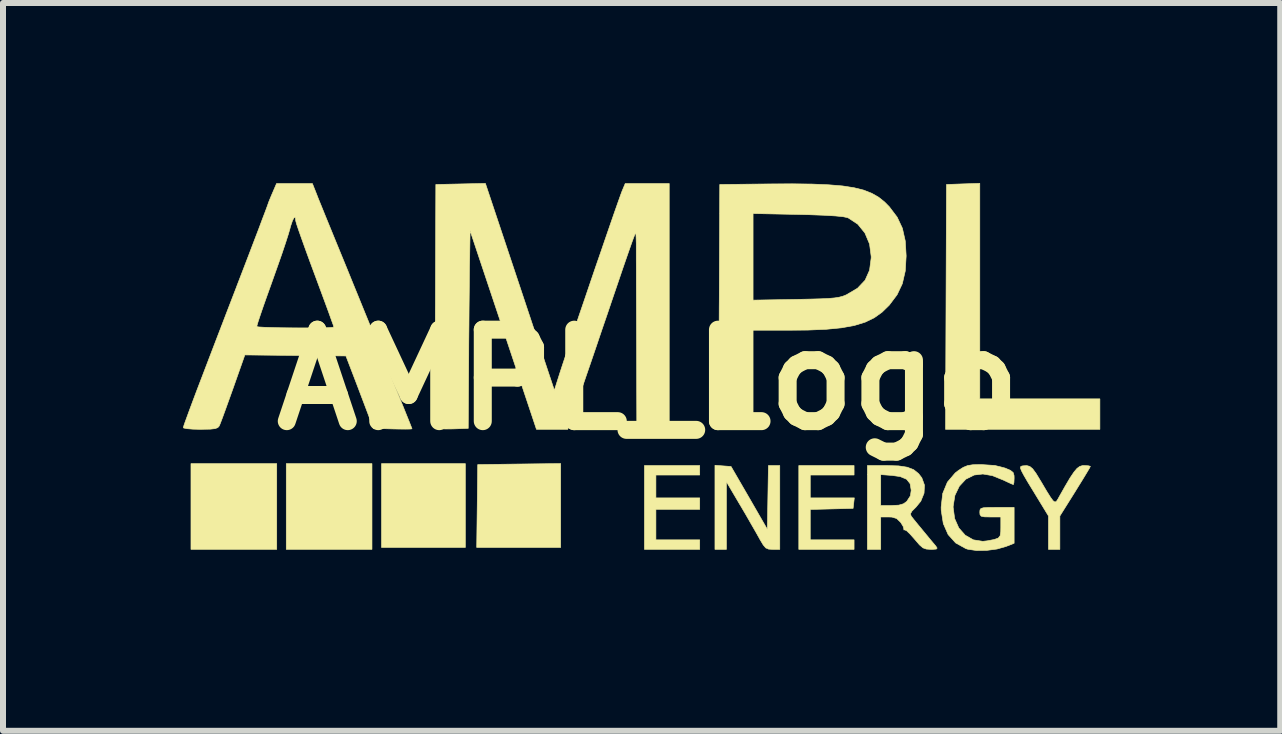
<source format=kicad_pcb>
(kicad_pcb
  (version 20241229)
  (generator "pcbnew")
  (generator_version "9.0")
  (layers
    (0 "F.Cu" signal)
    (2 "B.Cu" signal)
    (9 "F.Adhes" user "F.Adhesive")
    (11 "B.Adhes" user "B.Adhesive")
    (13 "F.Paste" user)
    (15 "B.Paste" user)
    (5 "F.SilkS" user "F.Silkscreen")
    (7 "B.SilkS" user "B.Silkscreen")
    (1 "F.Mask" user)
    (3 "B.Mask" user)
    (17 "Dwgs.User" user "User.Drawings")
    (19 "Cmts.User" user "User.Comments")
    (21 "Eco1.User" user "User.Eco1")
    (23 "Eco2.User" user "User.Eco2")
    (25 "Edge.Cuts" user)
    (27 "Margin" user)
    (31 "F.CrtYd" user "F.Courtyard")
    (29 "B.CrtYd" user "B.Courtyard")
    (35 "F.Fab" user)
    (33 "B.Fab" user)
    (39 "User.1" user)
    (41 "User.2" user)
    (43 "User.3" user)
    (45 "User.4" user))
  (footprint "AMPL_Logo"
    (layer "F.Cu")
    (at 7.752 3.278)
    (property "Reference" "AMPL_Logo" (at 0 0 0) (layer "F.SilkS") (effects (font (size 1.524 1.524) (thickness 0.3))))
    (attr through_hole)
    (fp_poly (pts (xy -6.191 2.826) (xy -7.62 2.826) (xy -7.62 1.397) (xy -6.191 1.397) (xy -6.191 2.826)) (stroke (width 0.01) (type solid)) (fill yes) (layer "F.SilkS"))
    (fp_poly (pts (xy -4.604 2.826) (xy -6.032 2.826) (xy -6.032 1.397) (xy -4.604 1.397) (xy -4.604 2.826)) (stroke (width 0.01) (type solid)) (fill yes) (layer "F.SilkS"))
    (fp_poly (pts (xy -3.048 2.794) (xy -4.445 2.794) (xy -4.445 1.397) (xy -3.048 1.397) (xy -3.048 2.794)) (stroke (width 0.01) (type solid)) (fill yes) (layer "F.SilkS"))
    (fp_poly (pts (xy -1.46 2.794) (xy -2.859 2.794) (xy -2.85 2.103) (xy -2.842 1.413) (xy -2.151 1.404) (xy -1.46 1.396) (xy -1.46 2.794)) (stroke (width 0.01) (type solid)) (fill yes) (layer "F.SilkS"))
    (fp_poly (pts (xy 5.524 0.318) (xy 7.525 0.318) (xy 7.525 0.826) (xy 4.953 0.826) (xy 4.961 -1.214) (xy 4.969 -3.254) (xy 5.247 -3.264) (xy 5.524 -3.273) (xy 5.524 0.318)) (stroke (width 0.01) (type solid)) (fill yes) (layer "F.SilkS"))
    (fp_poly (pts (xy 0.857 1.587) (xy 0.127 1.587) (xy 0.127 1.968) (xy 0.857 1.968) (xy 0.857 2.159) (xy 0.127 2.159) (xy 0.127 2.667) (xy 0.857 2.667) (xy 0.857 2.826) (xy -0.064 2.826) (xy -0.064 1.429) (xy 0.857 1.429) (xy 0.857 1.587)) (stroke (width 0.01) (type solid)) (fill yes) (layer "F.SilkS"))
    (fp_poly (pts (xy 3.429 1.587) (xy 2.699 1.587) (xy 2.699 1.968) (xy 3.433 1.968) (xy 3.423 2.056) (xy 3.413 2.143) (xy 3.056 2.152) (xy 2.699 2.161) (xy 2.699 2.667) (xy 3.429 2.667) (xy 3.429 2.826) (xy 2.508 2.826) (xy 2.508 1.429) (xy 3.429 1.429) (xy 3.429 1.587)) (stroke (width 0.01) (type solid)) (fill yes) (layer "F.SilkS"))
    (fp_poly (pts (xy 1.245 1.435) (xy 1.379 1.445) (xy 1.682 1.968) (xy 1.984 2.492) (xy 1.993 1.961) (xy 2.002 1.429) (xy 2.191 1.429) (xy 2.191 2.826) (xy 2.071 2.826) (xy 2.005 2.822) (xy 1.958 2.802) (xy 1.916 2.753) (xy 1.862 2.663) (xy 1.849 2.639) (xy 1.793 2.539) (xy 1.714 2.402) (xy 1.624 2.245) (xy 1.531 2.087) (xy 1.524 2.076) (xy 1.302 1.699) (xy 1.302 2.262) (xy 1.302 2.826) (xy 1.111 2.826) (xy 1.111 1.425) (xy 1.245 1.435)) (stroke (width 0.01) (type solid)) (fill yes) (layer "F.SilkS"))
    (fp_poly (pts (xy 7.332 1.433) (xy 7.366 1.442) (xy 7.366 1.444) (xy 7.35 1.475) (xy 7.306 1.549) (xy 7.24 1.658) (xy 7.157 1.792) (xy 7.112 1.865) (xy 6.858 2.27) (xy 6.858 2.548) (xy 6.858 2.826) (xy 6.668 2.826) (xy 6.668 2.269) (xy 6.417 1.857) (xy 6.321 1.7) (xy 6.256 1.588) (xy 6.217 1.514) (xy 6.201 1.47) (xy 6.205 1.447) (xy 6.226 1.437) (xy 6.245 1.434) (xy 6.307 1.43) (xy 6.357 1.444) (xy 6.405 1.484) (xy 6.461 1.56) (xy 6.535 1.682) (xy 6.548 1.703) (xy 6.637 1.854) (xy 6.701 1.956) (xy 6.744 2.015) (xy 6.775 2.037) (xy 6.799 2.028) (xy 6.823 1.992) (xy 6.843 1.956) (xy 6.948 1.77) (xy 7.029 1.633) (xy 7.093 1.538) (xy 7.144 1.477) (xy 7.189 1.444) (xy 7.234 1.43) (xy 7.26 1.429) (xy 7.332 1.433)) (stroke (width 0.01) (type solid)) (fill yes) (layer "F.SilkS"))
    (fp_poly (pts (xy 3.977 1.429) (xy 4.171 1.435) (xy 4.316 1.457) (xy 4.423 1.499) (xy 4.505 1.565) (xy 4.558 1.634) (xy 4.602 1.755) (xy 4.595 1.89) (xy 4.541 2.023) (xy 4.462 2.12) (xy 4.394 2.188) (xy 4.369 2.232) (xy 4.379 2.269) (xy 4.387 2.28) (xy 4.427 2.331) (xy 4.499 2.419) (xy 4.594 2.534) (xy 4.701 2.664) (xy 4.79 2.77) (xy 4.813 2.805) (xy 4.799 2.821) (xy 4.735 2.826) (xy 4.706 2.826) (xy 4.633 2.821) (xy 4.577 2.801) (xy 4.52 2.752) (xy 4.445 2.665) (xy 4.435 2.653) (xy 4.362 2.571) (xy 4.305 2.516) (xy 4.273 2.501) (xy 4.271 2.502) (xy 4.257 2.502) (xy 4.26 2.492) (xy 4.249 2.447) (xy 4.209 2.381) (xy 4.202 2.373) (xy 4.139 2.312) (xy 4.06 2.288) (xy 4.004 2.286) (xy 3.873 2.286) (xy 3.873 2.826) (xy 3.651 2.826) (xy 3.651 2.095) (xy 3.873 2.095) (xy 4.054 2.095) (xy 4.174 2.089) (xy 4.253 2.066) (xy 4.308 2.026) (xy 4.368 1.933) (xy 4.381 1.841) (xy 4.363 1.732) (xy 4.305 1.658) (xy 4.198 1.613) (xy 4.063 1.594) (xy 3.873 1.58) (xy 3.873 2.095) (xy 3.651 2.095) (xy 3.651 1.429) (xy 3.977 1.429)) (stroke (width 0.01) (type solid)) (fill yes) (layer "F.SilkS"))
    (fp_poly (pts (xy 2.728 -3.261) (xy 3.005 -3.249) (xy 3.236 -3.23) (xy 3.429 -3.2) (xy 3.59 -3.16) (xy 3.724 -3.107) (xy 3.838 -3.042) (xy 3.938 -2.962) (xy 4.016 -2.883) (xy 4.147 -2.71) (xy 4.234 -2.525) (xy 4.282 -2.313) (xy 4.297 -2.064) (xy 4.282 -1.812) (xy 4.233 -1.601) (xy 4.146 -1.417) (xy 4.015 -1.243) (xy 4.013 -1.241) (xy 3.895 -1.126) (xy 3.765 -1.033) (xy 3.614 -0.96) (xy 3.435 -0.905) (xy 3.221 -0.866) (xy 2.965 -0.841) (xy 2.658 -0.828) (xy 2.394 -0.826) (xy 1.746 -0.826) (xy 1.746 0.826) (xy 1.174 0.826) (xy 1.182 -1.214) (xy 1.183 -1.327) (xy 1.746 -1.327) (xy 2.453 -1.339) (xy 2.687 -1.344) (xy 2.868 -1.349) (xy 3.004 -1.355) (xy 3.105 -1.364) (xy 3.181 -1.376) (xy 3.241 -1.392) (xy 3.294 -1.413) (xy 3.303 -1.417) (xy 3.486 -1.525) (xy 3.613 -1.659) (xy 3.687 -1.825) (xy 3.714 -2.03) (xy 3.714 -2.055) (xy 3.687 -2.262) (xy 3.61 -2.445) (xy 3.491 -2.592) (xy 3.335 -2.695) (xy 3.318 -2.702) (xy 3.248 -2.717) (xy 3.118 -2.73) (xy 2.931 -2.741) (xy 2.691 -2.75) (xy 2.484 -2.755) (xy 1.746 -2.77) (xy 1.746 -1.327) (xy 1.183 -1.327) (xy 1.191 -3.254) (xy 2.016 -3.263) (xy 2.401 -3.265) (xy 2.728 -3.261)) (stroke (width 0.01) (type solid)) (fill yes) (layer "F.SilkS"))
    (fp_poly (pts (xy 5.776 1.428) (xy 5.945 1.471) (xy 6.035 1.51) (xy 6.08 1.546) (xy 6.095 1.597) (xy 6.096 1.638) (xy 6.093 1.71) (xy 6.084 1.746) (xy 6.083 1.746) (xy 6.049 1.733) (xy 5.977 1.7) (xy 5.916 1.671) (xy 5.732 1.597) (xy 5.574 1.57) (xy 5.431 1.587) (xy 5.292 1.656) (xy 5.183 1.773) (xy 5.109 1.927) (xy 5.08 2.109) (xy 5.08 2.127) (xy 5.105 2.313) (xy 5.174 2.469) (xy 5.281 2.59) (xy 5.416 2.667) (xy 5.573 2.692) (xy 5.646 2.684) (xy 5.763 2.662) (xy 5.831 2.638) (xy 5.863 2.599) (xy 5.873 2.531) (xy 5.874 2.458) (xy 5.874 2.286) (xy 5.699 2.286) (xy 5.599 2.284) (xy 5.547 2.273) (xy 5.527 2.246) (xy 5.524 2.207) (xy 5.527 2.169) (xy 5.542 2.146) (xy 5.582 2.133) (xy 5.659 2.128) (xy 5.785 2.127) (xy 5.81 2.127) (xy 6.096 2.127) (xy 6.096 2.724) (xy 5.962 2.777) (xy 5.812 2.82) (xy 5.64 2.843) (xy 5.469 2.845) (xy 5.325 2.824) (xy 5.291 2.813) (xy 5.122 2.719) (xy 4.996 2.579) (xy 4.916 2.397) (xy 4.881 2.174) (xy 4.88 2.121) (xy 4.906 1.895) (xy 4.984 1.706) (xy 5.114 1.553) (xy 5.172 1.508) (xy 5.249 1.459) (xy 5.32 1.43) (xy 5.405 1.416) (xy 5.528 1.413) (xy 5.551 1.413) (xy 5.776 1.428)) (stroke (width 0.01) (type solid)) (fill yes) (layer "F.SilkS"))
    (fp_poly (pts (xy -2.139 -1.549) (xy -1.565 0.175) (xy -1.469 -0.127) (xy -1.431 -0.243) (xy -1.378 -0.403) (xy -1.312 -0.599) (xy -1.236 -0.826) (xy -1.152 -1.074) (xy -1.062 -1.337) (xy -0.97 -1.608) (xy -0.878 -1.878) (xy -0.787 -2.141) (xy -0.702 -2.389) (xy -0.624 -2.615) (xy -0.556 -2.811) (xy -0.5 -2.97) (xy -0.459 -3.085) (xy -0.436 -3.147) (xy -0.434 -3.151) (xy -0.384 -3.27) (xy 0.349 -3.27) (xy 0.349 0.826) (xy -0.191 0.826) (xy -0.195 -0.5) (xy -0.196 -0.798) (xy -0.197 -1.088) (xy -0.198 -1.362) (xy -0.199 -1.609) (xy -0.199 -1.822) (xy -0.2 -1.992) (xy -0.2 -2.111) (xy -0.2 -2.135) (xy -0.2 -2.267) (xy -0.203 -2.37) (xy -0.206 -2.433) (xy -0.208 -2.445) (xy -0.215 -2.437) (xy -0.227 -2.412) (xy -0.246 -2.364) (xy -0.274 -2.288) (xy -0.312 -2.18) (xy -0.363 -2.034) (xy -0.428 -1.846) (xy -0.508 -1.61) (xy -0.606 -1.323) (xy -0.683 -1.095) (xy -0.776 -0.824) (xy -0.868 -0.552) (xy -0.957 -0.291) (xy -1.04 -0.05) (xy -1.111 0.158) (xy -1.168 0.324) (xy -1.196 0.405) (xy -1.342 0.826) (xy -1.863 0.826) (xy -2.969 -2.485) (xy -2.976 -2.028) (xy -2.979 -1.888) (xy -2.981 -1.695) (xy -2.983 -1.46) (xy -2.986 -1.195) (xy -2.988 -0.91) (xy -2.991 -0.616) (xy -2.992 -0.381) (xy -3 0.81) (xy -3.26 0.819) (xy -3.382 0.82) (xy -3.478 0.814) (xy -3.531 0.803) (xy -3.537 0.799) (xy -3.54 0.763) (xy -3.542 0.669) (xy -3.545 0.522) (xy -3.546 0.329) (xy -3.548 0.093) (xy -3.549 -0.179) (xy -3.549 -0.482) (xy -3.549 -0.81) (xy -3.548 -1.158) (xy -3.547 -1.242) (xy -3.54 -3.254) (xy -3.127 -3.263) (xy -2.714 -3.272) (xy -2.139 -1.549)) (stroke (width 0.01) (type solid)) (fill yes) (layer "F.SilkS"))
    (fp_poly (pts (xy -5.531 -3.104) (xy -5.496 -3.014) (xy -5.442 -2.882) (xy -5.377 -2.721) (xy -5.306 -2.548) (xy -5.277 -2.477) (xy -5.205 -2.301) (xy -5.116 -2.084) (xy -5.018 -1.845) (xy -4.919 -1.601) (xy -4.824 -1.369) (xy -4.816 -1.349) (xy -4.72 -1.113) (xy -4.608 -0.839) (xy -4.489 -0.547) (xy -4.371 -0.259) (xy -4.264 0.006) (xy -4.241 0.062) (xy -4.158 0.265) (xy -4.084 0.448) (xy -4.022 0.602) (xy -3.974 0.721) (xy -3.945 0.795) (xy -3.937 0.817) (xy -3.967 0.821) (xy -4.046 0.822) (xy -4.163 0.821) (xy -4.258 0.819) (xy -4.58 0.81) (xy -4.669 0.572) (xy -4.718 0.442) (xy -4.781 0.276) (xy -4.848 0.099) (xy -4.898 -0.032) (xy -5.038 -0.397) (xy -5.88 -0.405) (xy -6.722 -0.414) (xy -6.921 0.15) (xy -6.986 0.331) (xy -7.045 0.495) (xy -7.094 0.629) (xy -7.13 0.724) (xy -7.149 0.77) (xy -7.173 0.797) (xy -7.218 0.814) (xy -7.298 0.823) (xy -7.426 0.825) (xy -7.462 0.826) (xy -7.588 0.823) (xy -7.685 0.815) (xy -7.74 0.804) (xy -7.747 0.798) (xy -7.742 0.775) (xy -7.725 0.724) (xy -7.695 0.642) (xy -7.652 0.524) (xy -7.594 0.368) (xy -7.52 0.171) (xy -7.428 -0.069) (xy -7.318 -0.357) (xy -7.189 -0.694) (xy -7.115 -0.886) (xy -6.523 -0.886) (xy -6.489 -0.88) (xy -6.405 -0.875) (xy -6.28 -0.871) (xy -6.128 -0.867) (xy -5.958 -0.865) (xy -5.784 -0.864) (xy -5.616 -0.864) (xy -5.466 -0.866) (xy -5.346 -0.868) (xy -5.266 -0.873) (xy -5.239 -0.878) (xy -5.249 -0.912) (xy -5.28 -0.997) (xy -5.326 -1.126) (xy -5.387 -1.292) (xy -5.459 -1.487) (xy -5.539 -1.703) (xy -5.556 -1.749) (xy -5.638 -1.97) (xy -5.712 -2.173) (xy -5.775 -2.349) (xy -5.825 -2.491) (xy -5.859 -2.592) (xy -5.873 -2.642) (xy -5.874 -2.645) (xy -5.881 -2.702) (xy -5.901 -2.703) (xy -5.928 -2.653) (xy -5.961 -2.556) (xy -5.971 -2.516) (xy -5.998 -2.424) (xy -6.043 -2.283) (xy -6.102 -2.107) (xy -6.172 -1.907) (xy -6.247 -1.696) (xy -6.28 -1.603) (xy -6.351 -1.405) (xy -6.414 -1.227) (xy -6.465 -1.078) (xy -6.502 -0.966) (xy -6.521 -0.9) (xy -6.523 -0.886) (xy -7.115 -0.886) (xy -7.039 -1.085) (xy -6.867 -1.531) (xy -6.858 -1.556) (xy -6.754 -1.826) (xy -6.657 -2.079) (xy -6.569 -2.31) (xy -6.492 -2.511) (xy -6.43 -2.677) (xy -6.383 -2.8) (xy -6.356 -2.873) (xy -6.35 -2.889) (xy -6.323 -2.966) (xy -6.281 -3.068) (xy -6.259 -3.119) (xy -6.194 -3.27) (xy -5.597 -3.27) (xy -5.531 -3.104)) (stroke (width 0.01) (type solid)) (fill yes) (layer "F.SilkS")))
  (gr_rect
    (start -3 -3)
    (end 18.282 9.127)
    (stroke (width 0.1) (type default))
    (fill no)
    (layer "Edge.Cuts")))
</source>
